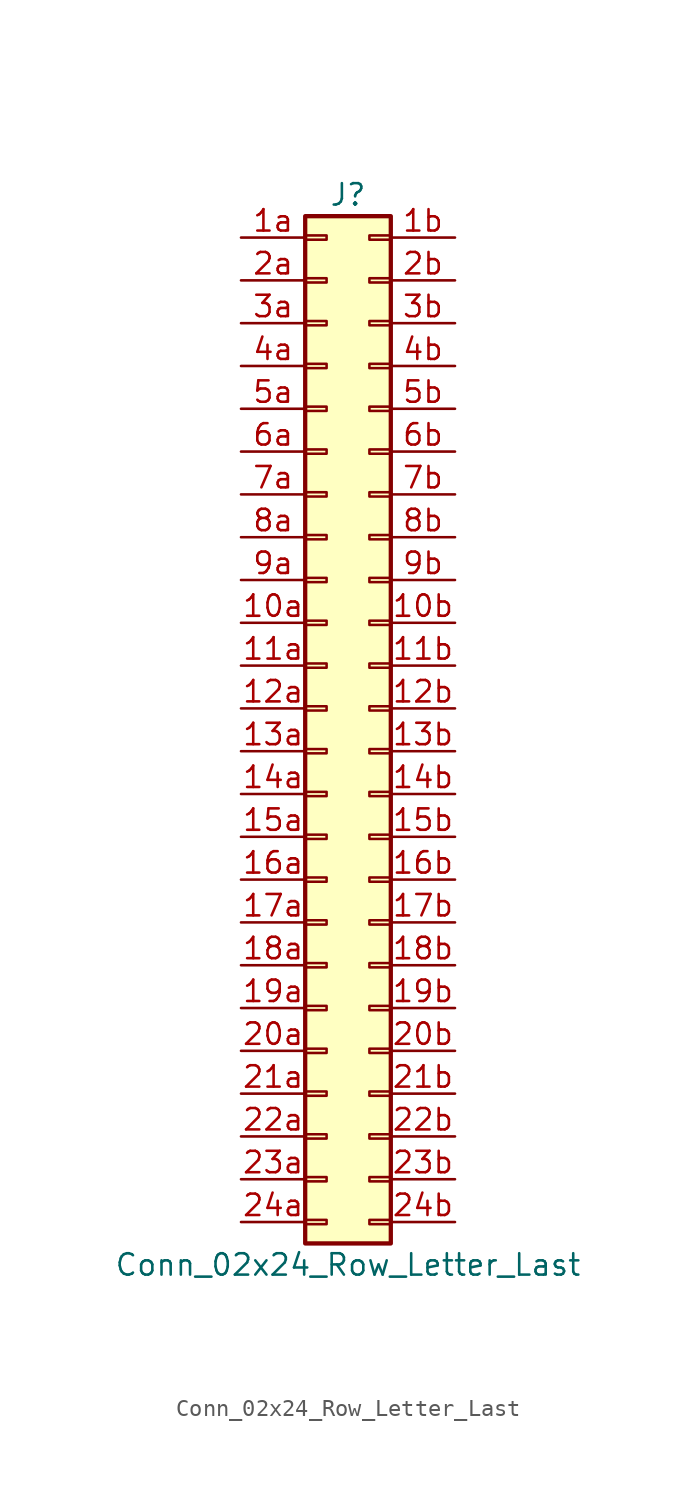
<source format=kicad_sym>
(kicad_symbol_lib
  (version 20220914)
  (generator kicad_symbol_editor)
  (symbol "Conn_02x24_Row_Letter_Last"
    (pin_names
      (offset 1.016) hide)
    (property "Reference" "J"
      (at 1.27 30.48 0)
      (effects (font (size 1.27 1.27))))
    (property "Value" "Conn_02x24_Row_Letter_Last"
      (at 1.27 -33.02 0)
      (effects (font (size 1.27 1.27))))
    (symbol "Conn_02x24_Row_Letter_Last_1_1"
      (rectangle (start -1.27 -30.353) (end 0 -30.607) (stroke (width 0.152) (type default)) (fill (type none)))
      (rectangle (start -1.27 -27.813) (end 0 -28.067) (stroke (width 0.152) (type default)) (fill (type none)))
      (rectangle (start -1.27 -25.273) (end 0 -25.527) (stroke (width 0.152) (type default)) (fill (type none)))
      (rectangle (start -1.27 -22.733) (end 0 -22.987) (stroke (width 0.152) (type default)) (fill (type none)))
      (rectangle (start -1.27 -20.193) (end 0 -20.447) (stroke (width 0.152) (type default)) (fill (type none)))
      (rectangle (start -1.27 -17.653) (end 0 -17.907) (stroke (width 0.152) (type default)) (fill (type none)))
      (rectangle (start -1.27 -15.113) (end 0 -15.367) (stroke (width 0.152) (type default)) (fill (type none)))
      (rectangle (start -1.27 -12.573) (end 0 -12.827) (stroke (width 0.152) (type default)) (fill (type none)))
      (rectangle (start -1.27 -10.033) (end 0 -10.287) (stroke (width 0.152) (type default)) (fill (type none)))
      (rectangle (start -1.27 -7.493) (end 0 -7.747) (stroke (width 0.152) (type default)) (fill (type none)))
      (rectangle (start -1.27 -4.953) (end 0 -5.207) (stroke (width 0.152) (type default)) (fill (type none)))
      (rectangle (start -1.27 -2.413) (end 0 -2.667) (stroke (width 0.152) (type default)) (fill (type none)))
      (rectangle (start -1.27 0.127) (end 0 -0.127) (stroke (width 0.152) (type default)) (fill (type none)))
      (rectangle (start -1.27 2.667) (end 0 2.413) (stroke (width 0.152) (type default)) (fill (type none)))
      (rectangle (start -1.27 5.207) (end 0 4.953) (stroke (width 0.152) (type default)) (fill (type none)))
      (rectangle (start -1.27 7.747) (end 0 7.493) (stroke (width 0.152) (type default)) (fill (type none)))
      (rectangle (start -1.27 10.287) (end 0 10.033) (stroke (width 0.152) (type default)) (fill (type none)))
      (rectangle (start -1.27 12.827) (end 0 12.573) (stroke (width 0.152) (type default)) (fill (type none)))
      (rectangle (start -1.27 15.367) (end 0 15.113) (stroke (width 0.152) (type default)) (fill (type none)))
      (rectangle (start -1.27 17.907) (end 0 17.653) (stroke (width 0.152) (type default)) (fill (type none)))
      (rectangle (start -1.27 20.447) (end 0 20.193) (stroke (width 0.152) (type default)) (fill (type none)))
      (rectangle (start -1.27 22.987) (end 0 22.733) (stroke (width 0.152) (type default)) (fill (type none)))
      (rectangle (start -1.27 25.527) (end 0 25.273) (stroke (width 0.152) (type default)) (fill (type none)))
      (rectangle (start -1.27 28.067) (end 0 27.813) (stroke (width 0.152) (type default)) (fill (type none)))
      (rectangle (start -1.27 29.21) (end 3.81 -31.75) (stroke (width 0.254) (type default)) (fill (type background)))
      (rectangle (start 3.81 -30.353) (end 2.54 -30.607) (stroke (width 0.152) (type default)) (fill (type none)))
      (rectangle (start 3.81 -27.813) (end 2.54 -28.067) (stroke (width 0.152) (type default)) (fill (type none)))
      (rectangle (start 3.81 -25.273) (end 2.54 -25.527) (stroke (width 0.152) (type default)) (fill (type none)))
      (rectangle (start 3.81 -22.733) (end 2.54 -22.987) (stroke (width 0.152) (type default)) (fill (type none)))
      (rectangle (start 3.81 -20.193) (end 2.54 -20.447) (stroke (width 0.152) (type default)) (fill (type none)))
      (rectangle (start 3.81 -17.653) (end 2.54 -17.907) (stroke (width 0.152) (type default)) (fill (type none)))
      (rectangle (start 3.81 -15.113) (end 2.54 -15.367) (stroke (width 0.152) (type default)) (fill (type none)))
      (rectangle (start 3.81 -12.573) (end 2.54 -12.827) (stroke (width 0.152) (type default)) (fill (type none)))
      (rectangle (start 3.81 -10.033) (end 2.54 -10.287) (stroke (width 0.152) (type default)) (fill (type none)))
      (rectangle (start 3.81 -7.493) (end 2.54 -7.747) (stroke (width 0.152) (type default)) (fill (type none)))
      (rectangle (start 3.81 -4.953) (end 2.54 -5.207) (stroke (width 0.152) (type default)) (fill (type none)))
      (rectangle (start 3.81 -2.413) (end 2.54 -2.667) (stroke (width 0.152) (type default)) (fill (type none)))
      (rectangle (start 3.81 0.127) (end 2.54 -0.127) (stroke (width 0.152) (type default)) (fill (type none)))
      (rectangle (start 3.81 2.667) (end 2.54 2.413) (stroke (width 0.152) (type default)) (fill (type none)))
      (rectangle (start 3.81 5.207) (end 2.54 4.953) (stroke (width 0.152) (type default)) (fill (type none)))
      (rectangle (start 3.81 7.747) (end 2.54 7.493) (stroke (width 0.152) (type default)) (fill (type none)))
      (rectangle (start 3.81 10.287) (end 2.54 10.033) (stroke (width 0.152) (type default)) (fill (type none)))
      (rectangle (start 3.81 12.827) (end 2.54 12.573) (stroke (width 0.152) (type default)) (fill (type none)))
      (rectangle (start 3.81 15.367) (end 2.54 15.113) (stroke (width 0.152) (type default)) (fill (type none)))
      (rectangle (start 3.81 17.907) (end 2.54 17.653) (stroke (width 0.152) (type default)) (fill (type none)))
      (rectangle (start 3.81 20.447) (end 2.54 20.193) (stroke (width 0.152) (type default)) (fill (type none)))
      (rectangle (start 3.81 22.987) (end 2.54 22.733) (stroke (width 0.152) (type default)) (fill (type none)))
      (rectangle (start 3.81 25.527) (end 2.54 25.273) (stroke (width 0.152) (type default)) (fill (type none)))
      (rectangle (start 3.81 28.067) (end 2.54 27.813) (stroke (width 0.152) (type default)) (fill (type none)))
      (pin passive line (at -5.08 5.08 0) (length 3.81) (name "Pin_10a" (effects (font (size 1.27 1.27)))) (number "10a" (effects (font (size 1.27 1.27)))))
      (pin passive line (at 7.62 5.08 180) (length 3.81) (name "Pin_10b" (effects (font (size 1.27 1.27)))) (number "10b" (effects (font (size 1.27 1.27)))))
      (pin passive line (at -5.08 2.54 0) (length 3.81) (name "Pin_11a" (effects (font (size 1.27 1.27)))) (number "11a" (effects (font (size 1.27 1.27)))))
      (pin passive line (at 7.62 2.54 180) (length 3.81) (name "Pin_11b" (effects (font (size 1.27 1.27)))) (number "11b" (effects (font (size 1.27 1.27)))))
      (pin passive line (at -5.08 0 0) (length 3.81) (name "Pin_12a" (effects (font (size 1.27 1.27)))) (number "12a" (effects (font (size 1.27 1.27)))))
      (pin passive line (at 7.62 0 180) (length 3.81) (name "Pin_12b" (effects (font (size 1.27 1.27)))) (number "12b" (effects (font (size 1.27 1.27)))))
      (pin passive line (at -5.08 -2.54 0) (length 3.81) (name "Pin_13a" (effects (font (size 1.27 1.27)))) (number "13a" (effects (font (size 1.27 1.27)))))
      (pin passive line (at 7.62 -2.54 180) (length 3.81) (name "Pin_13b" (effects (font (size 1.27 1.27)))) (number "13b" (effects (font (size 1.27 1.27)))))
      (pin passive line (at -5.08 -5.08 0) (length 3.81) (name "Pin_14a" (effects (font (size 1.27 1.27)))) (number "14a" (effects (font (size 1.27 1.27)))))
      (pin passive line (at 7.62 -5.08 180) (length 3.81) (name "Pin_14b" (effects (font (size 1.27 1.27)))) (number "14b" (effects (font (size 1.27 1.27)))))
      (pin passive line (at -5.08 -7.62 0) (length 3.81) (name "Pin_15a" (effects (font (size 1.27 1.27)))) (number "15a" (effects (font (size 1.27 1.27)))))
      (pin passive line (at 7.62 -7.62 180) (length 3.81) (name "Pin_15b" (effects (font (size 1.27 1.27)))) (number "15b" (effects (font (size 1.27 1.27)))))
      (pin passive line (at -5.08 -10.16 0) (length 3.81) (name "Pin_16a" (effects (font (size 1.27 1.27)))) (number "16a" (effects (font (size 1.27 1.27)))))
      (pin passive line (at 7.62 -10.16 180) (length 3.81) (name "Pin_16b" (effects (font (size 1.27 1.27)))) (number "16b" (effects (font (size 1.27 1.27)))))
      (pin passive line (at -5.08 -12.7 0) (length 3.81) (name "Pin_17a" (effects (font (size 1.27 1.27)))) (number "17a" (effects (font (size 1.27 1.27)))))
      (pin passive line (at 7.62 -12.7 180) (length 3.81) (name "Pin_17b" (effects (font (size 1.27 1.27)))) (number "17b" (effects (font (size 1.27 1.27)))))
      (pin passive line (at -5.08 -15.24 0) (length 3.81) (name "Pin_18a" (effects (font (size 1.27 1.27)))) (number "18a" (effects (font (size 1.27 1.27)))))
      (pin passive line (at 7.62 -15.24 180) (length 3.81) (name "Pin_18b" (effects (font (size 1.27 1.27)))) (number "18b" (effects (font (size 1.27 1.27)))))
      (pin passive line (at -5.08 -17.78 0) (length 3.81) (name "Pin_19a" (effects (font (size 1.27 1.27)))) (number "19a" (effects (font (size 1.27 1.27)))))
      (pin passive line (at 7.62 -17.78 180) (length 3.81) (name "Pin_19b" (effects (font (size 1.27 1.27)))) (number "19b" (effects (font (size 1.27 1.27)))))
      (pin passive line (at -5.08 27.94 0) (length 3.81) (name "Pin_1a" (effects (font (size 1.27 1.27)))) (number "1a" (effects (font (size 1.27 1.27)))))
      (pin passive line (at 7.62 27.94 180) (length 3.81) (name "Pin_1b" (effects (font (size 1.27 1.27)))) (number "1b" (effects (font (size 1.27 1.27)))))
      (pin passive line (at -5.08 -20.32 0) (length 3.81) (name "Pin_20a" (effects (font (size 1.27 1.27)))) (number "20a" (effects (font (size 1.27 1.27)))))
      (pin passive line (at 7.62 -20.32 180) (length 3.81) (name "Pin_20b" (effects (font (size 1.27 1.27)))) (number "20b" (effects (font (size 1.27 1.27)))))
      (pin passive line (at -5.08 -22.86 0) (length 3.81) (name "Pin_21a" (effects (font (size 1.27 1.27)))) (number "21a" (effects (font (size 1.27 1.27)))))
      (pin passive line (at 7.62 -22.86 180) (length 3.81) (name "Pin_21b" (effects (font (size 1.27 1.27)))) (number "21b" (effects (font (size 1.27 1.27)))))
      (pin passive line (at -5.08 -25.4 0) (length 3.81) (name "Pin_22a" (effects (font (size 1.27 1.27)))) (number "22a" (effects (font (size 1.27 1.27)))))
      (pin passive line (at 7.62 -25.4 180) (length 3.81) (name "Pin_22b" (effects (font (size 1.27 1.27)))) (number "22b" (effects (font (size 1.27 1.27)))))
      (pin passive line (at -5.08 -27.94 0) (length 3.81) (name "Pin_23a" (effects (font (size 1.27 1.27)))) (number "23a" (effects (font (size 1.27 1.27)))))
      (pin passive line (at 7.62 -27.94 180) (length 3.81) (name "Pin_23b" (effects (font (size 1.27 1.27)))) (number "23b" (effects (font (size 1.27 1.27)))))
      (pin passive line (at -5.08 -30.48 0) (length 3.81) (name "Pin_24a" (effects (font (size 1.27 1.27)))) (number "24a" (effects (font (size 1.27 1.27)))))
      (pin passive line (at 7.62 -30.48 180) (length 3.81) (name "Pin_24b" (effects (font (size 1.27 1.27)))) (number "24b" (effects (font (size 1.27 1.27)))))
      (pin passive line (at -5.08 25.4 0) (length 3.81) (name "Pin_2a" (effects (font (size 1.27 1.27)))) (number "2a" (effects (font (size 1.27 1.27)))))
      (pin passive line (at 7.62 25.4 180) (length 3.81) (name "Pin_2b" (effects (font (size 1.27 1.27)))) (number "2b" (effects (font (size 1.27 1.27)))))
      (pin passive line (at -5.08 22.86 0) (length 3.81) (name "Pin_3a" (effects (font (size 1.27 1.27)))) (number "3a" (effects (font (size 1.27 1.27)))))
      (pin passive line (at 7.62 22.86 180) (length 3.81) (name "Pin_3b" (effects (font (size 1.27 1.27)))) (number "3b" (effects (font (size 1.27 1.27)))))
      (pin passive line (at -5.08 20.32 0) (length 3.81) (name "Pin_4a" (effects (font (size 1.27 1.27)))) (number "4a" (effects (font (size 1.27 1.27)))))
      (pin passive line (at 7.62 20.32 180) (length 3.81) (name "Pin_4b" (effects (font (size 1.27 1.27)))) (number "4b" (effects (font (size 1.27 1.27)))))
      (pin passive line (at -5.08 17.78 0) (length 3.81) (name "Pin_5a" (effects (font (size 1.27 1.27)))) (number "5a" (effects (font (size 1.27 1.27)))))
      (pin passive line (at 7.62 17.78 180) (length 3.81) (name "Pin_5b" (effects (font (size 1.27 1.27)))) (number "5b" (effects (font (size 1.27 1.27)))))
      (pin passive line (at -5.08 15.24 0) (length 3.81) (name "Pin_6a" (effects (font (size 1.27 1.27)))) (number "6a" (effects (font (size 1.27 1.27)))))
      (pin passive line (at 7.62 15.24 180) (length 3.81) (name "Pin_6b" (effects (font (size 1.27 1.27)))) (number "6b" (effects (font (size 1.27 1.27)))))
      (pin passive line (at -5.08 12.7 0) (length 3.81) (name "Pin_7a" (effects (font (size 1.27 1.27)))) (number "7a" (effects (font (size 1.27 1.27)))))
      (pin passive line (at 7.62 12.7 180) (length 3.81) (name "Pin_7b" (effects (font (size 1.27 1.27)))) (number "7b" (effects (font (size 1.27 1.27)))))
      (pin passive line (at -5.08 10.16 0) (length 3.81) (name "Pin_8a" (effects (font (size 1.27 1.27)))) (number "8a" (effects (font (size 1.27 1.27)))))
      (pin passive line (at 7.62 10.16 180) (length 3.81) (name "Pin_8b" (effects (font (size 1.27 1.27)))) (number "8b" (effects (font (size 1.27 1.27)))))
      (pin passive line (at -5.08 7.62 0) (length 3.81) (name "Pin_9a" (effects (font (size 1.27 1.27)))) (number "9a" (effects (font (size 1.27 1.27)))))
      (pin passive line (at 7.62 7.62 180) (length 3.81) (name "Pin_9b" (effects (font (size 1.27 1.27)))) (number "9b" (effects (font (size 1.27 1.27))))))))
</source>
